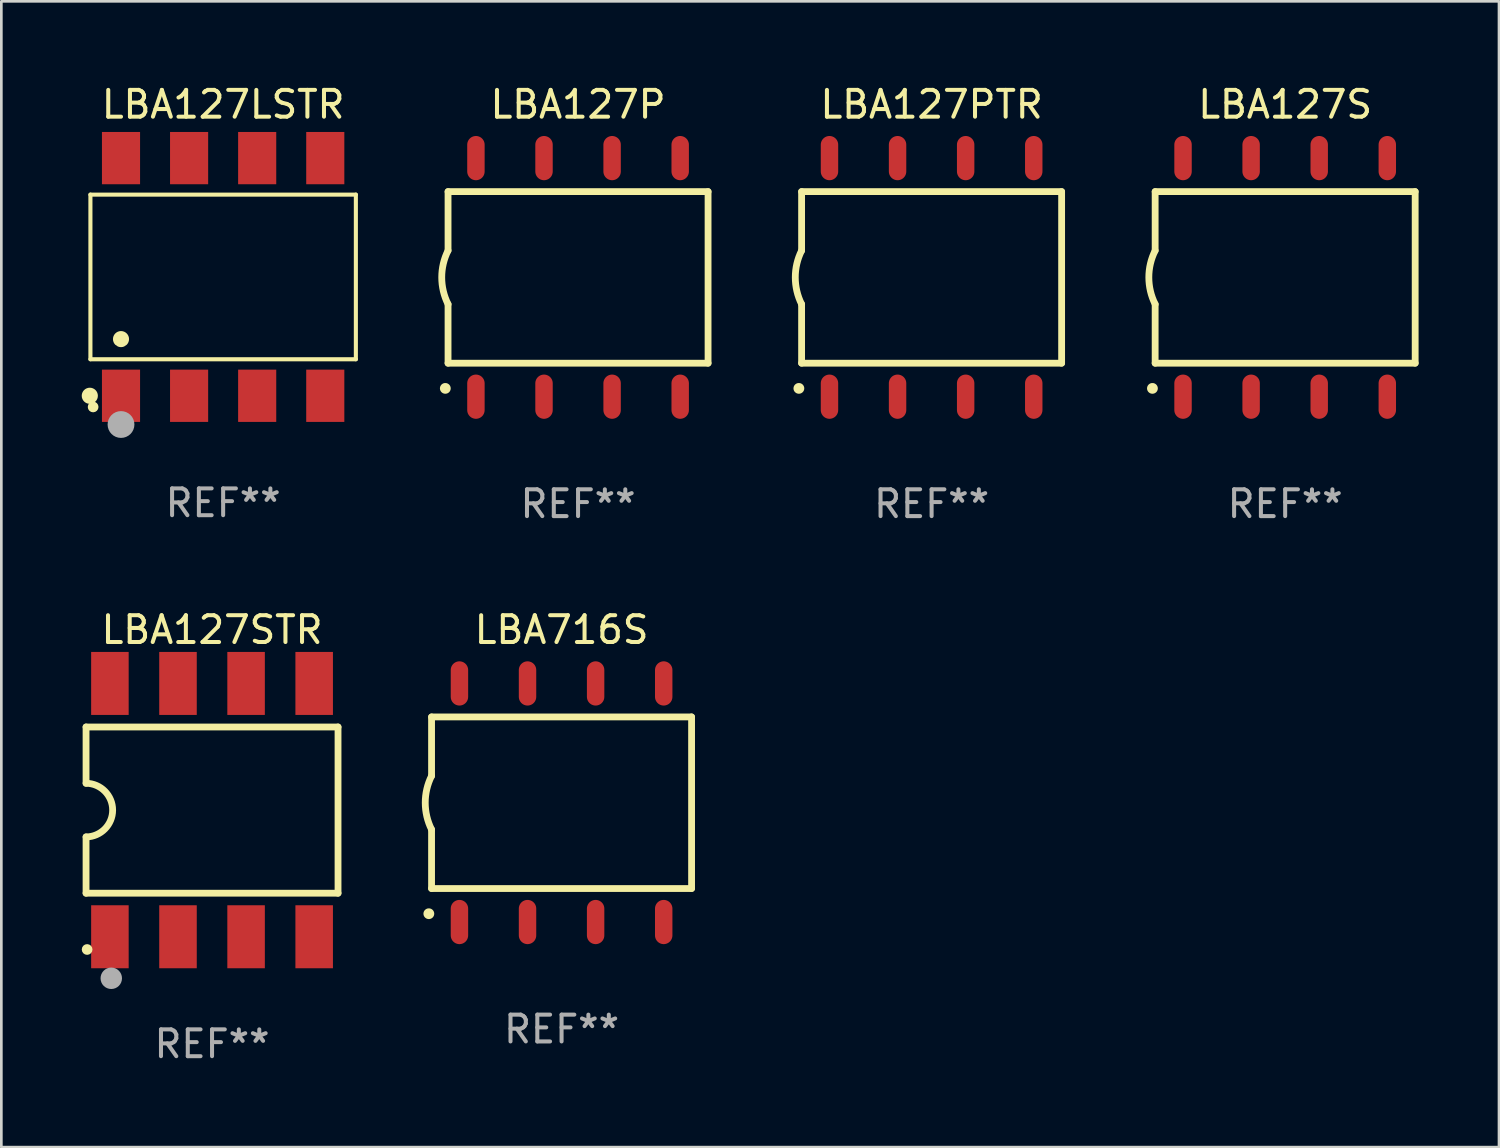
<source format=kicad_pcb>
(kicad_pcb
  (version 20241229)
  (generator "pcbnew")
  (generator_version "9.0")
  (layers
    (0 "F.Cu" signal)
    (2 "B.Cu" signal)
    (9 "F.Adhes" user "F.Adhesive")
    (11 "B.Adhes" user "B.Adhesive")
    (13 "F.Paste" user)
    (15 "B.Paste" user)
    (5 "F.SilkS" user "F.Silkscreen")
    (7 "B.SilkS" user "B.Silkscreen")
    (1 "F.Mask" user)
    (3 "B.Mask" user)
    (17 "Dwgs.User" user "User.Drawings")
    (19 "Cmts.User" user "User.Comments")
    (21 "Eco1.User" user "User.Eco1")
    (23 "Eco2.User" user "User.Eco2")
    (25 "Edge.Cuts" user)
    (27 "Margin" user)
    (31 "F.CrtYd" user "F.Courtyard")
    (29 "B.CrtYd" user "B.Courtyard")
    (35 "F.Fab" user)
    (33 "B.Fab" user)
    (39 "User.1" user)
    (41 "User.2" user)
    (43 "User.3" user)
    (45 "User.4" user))
  (footprint "LBA716S"
    (layer "F.Cu")
    (at 17.899 26.895)
    (property "Reference" "LBA716S" (at 0 -6.45 0) (layer "F.SilkS") (effects (font (size 1 1) (thickness 0.15))))
    (attr through_hole)
    (fp_line (start -4.85 -3.2) (end -4.85 -1) (stroke (width 0.254) (type solid)) (layer "F.SilkS"))
    (fp_line (start -4.85 -3.2) (end 4.85 -3.2) (stroke (width 0.254) (type solid)) (layer "F.SilkS"))
    (fp_line (start -4.85 3.2) (end -4.85 1) (stroke (width 0.254) (type solid)) (layer "F.SilkS"))
    (fp_line (start 4.85 -3.2) (end 4.85 3.2) (stroke (width 0.254) (type solid)) (layer "F.SilkS"))
    (fp_line (start 4.85 3.2) (end -4.85 3.2) (stroke (width 0.254) (type solid)) (layer "F.SilkS"))
    (fp_arc (start -4.95301 4.140208) (mid -4.95174 4.140204) (end -4.95047 4.140208) (stroke (width 0.4) (type solid)) (layer "F.SilkS"))
    (fp_arc (start -4.84887 1.000762) (mid -5.085418 0.000516) (end -4.850013 -1) (stroke (width 0.254001) (type solid)) (layer "F.SilkS"))
    (fp_text user "REF**" (at 0 8.45 0) (layer "F.Fab") (effects (font (size 1 1) (thickness 0.15))))
    (pad "1" smd oval (at -3.81 4.45) (size 0.65 1.65) (layers "F.Cu" "F.Mask" "F.Paste"))
    (pad "2" smd oval (at -1.27 4.45) (size 0.65 1.65) (layers "F.Cu" "F.Mask" "F.Paste"))
    (pad "3" smd oval (at 1.27 4.45) (size 0.65 1.65) (layers "F.Cu" "F.Mask" "F.Paste"))
    (pad "4" smd oval (at 3.81 4.45) (size 0.65 1.65) (layers "F.Cu" "F.Mask" "F.Paste"))
    (pad "5" smd oval (at 3.81 -4.45 180) (size 0.65 1.65) (layers "F.Cu" "F.Mask" "F.Paste"))
    (pad "6" smd oval (at 1.27 -4.45 180) (size 0.65 1.65) (layers "F.Cu" "F.Mask" "F.Paste"))
    (pad "7" smd oval (at -1.27 -4.45 180) (size 0.65 1.65) (layers "F.Cu" "F.Mask" "F.Paste"))
    (pad "8" smd oval (at -3.81 -4.45 180) (size 0.65 1.65) (layers "F.Cu" "F.Mask" "F.Paste")))
  (footprint "LBA127PTR"
    (layer "F.Cu")
    (at 31.703 7.298)
    (property "Reference" "LBA127PTR" (at 0 -6.45 0) (layer "F.SilkS") (effects (font (size 1 1) (thickness 0.15))))
    (attr through_hole)
    (fp_line (start -4.85 -3.2) (end -4.85 -1) (stroke (width 0.254) (type solid)) (layer "F.SilkS"))
    (fp_line (start -4.85 -3.2) (end 4.85 -3.2) (stroke (width 0.254) (type solid)) (layer "F.SilkS"))
    (fp_line (start -4.85 3.2) (end -4.85 1) (stroke (width 0.254) (type solid)) (layer "F.SilkS"))
    (fp_line (start 4.85 -3.2) (end 4.85 3.2) (stroke (width 0.254) (type solid)) (layer "F.SilkS"))
    (fp_line (start 4.85 3.2) (end -4.85 3.2) (stroke (width 0.254) (type solid)) (layer "F.SilkS"))
    (fp_arc (start -4.95301 4.140208) (mid -4.95174 4.140204) (end -4.95047 4.140208) (stroke (width 0.4) (type solid)) (layer "F.SilkS"))
    (fp_arc (start -4.84887 1.000762) (mid -5.085418 0.000516) (end -4.850013 -1) (stroke (width 0.254001) (type solid)) (layer "F.SilkS"))
    (fp_text user "REF**" (at 0 8.45 0) (layer "F.Fab") (effects (font (size 1 1) (thickness 0.15))))
    (pad "1" smd oval (at -3.81 4.45) (size 0.65 1.65) (layers "F.Cu" "F.Mask" "F.Paste"))
    (pad "2" smd oval (at -1.27 4.45) (size 0.65 1.65) (layers "F.Cu" "F.Mask" "F.Paste"))
    (pad "3" smd oval (at 1.27 4.45) (size 0.65 1.65) (layers "F.Cu" "F.Mask" "F.Paste"))
    (pad "4" smd oval (at 3.81 4.45) (size 0.65 1.65) (layers "F.Cu" "F.Mask" "F.Paste"))
    (pad "5" smd oval (at 3.81 -4.45 180) (size 0.65 1.65) (layers "F.Cu" "F.Mask" "F.Paste"))
    (pad "6" smd oval (at 1.27 -4.45 180) (size 0.65 1.65) (layers "F.Cu" "F.Mask" "F.Paste"))
    (pad "7" smd oval (at -1.27 -4.45 180) (size 0.65 1.65) (layers "F.Cu" "F.Mask" "F.Paste"))
    (pad "8" smd oval (at -3.81 -4.45 180) (size 0.65 1.65) (layers "F.Cu" "F.Mask" "F.Paste")))
  (footprint "LBA127S"
    (layer "F.Cu")
    (at 44.892 7.298)
    (property "Reference" "LBA127S" (at 0 -6.45 0) (layer "F.SilkS") (effects (font (size 1 1) (thickness 0.15))))
    (attr through_hole)
    (fp_line (start -4.85 -3.2) (end -4.85 -1) (stroke (width 0.254) (type solid)) (layer "F.SilkS"))
    (fp_line (start -4.85 -3.2) (end 4.85 -3.2) (stroke (width 0.254) (type solid)) (layer "F.SilkS"))
    (fp_line (start -4.85 3.2) (end -4.85 1) (stroke (width 0.254) (type solid)) (layer "F.SilkS"))
    (fp_line (start 4.85 -3.2) (end 4.85 3.2) (stroke (width 0.254) (type solid)) (layer "F.SilkS"))
    (fp_line (start 4.85 3.2) (end -4.85 3.2) (stroke (width 0.254) (type solid)) (layer "F.SilkS"))
    (fp_arc (start -4.95301 4.140208) (mid -4.95174 4.140204) (end -4.95047 4.140208) (stroke (width 0.4) (type solid)) (layer "F.SilkS"))
    (fp_arc (start -4.84887 1.000762) (mid -5.085418 0.000516) (end -4.850013 -1) (stroke (width 0.254001) (type solid)) (layer "F.SilkS"))
    (fp_text user "REF**" (at 0 8.45 0) (layer "F.Fab") (effects (font (size 1 1) (thickness 0.15))))
    (pad "1" smd oval (at -3.81 4.45) (size 0.65 1.65) (layers "F.Cu" "F.Mask" "F.Paste"))
    (pad "2" smd oval (at -1.27 4.45) (size 0.65 1.65) (layers "F.Cu" "F.Mask" "F.Paste"))
    (pad "3" smd oval (at 1.27 4.45) (size 0.65 1.65) (layers "F.Cu" "F.Mask" "F.Paste"))
    (pad "4" smd oval (at 3.81 4.45) (size 0.65 1.65) (layers "F.Cu" "F.Mask" "F.Paste"))
    (pad "5" smd oval (at 3.81 -4.45 180) (size 0.65 1.65) (layers "F.Cu" "F.Mask" "F.Paste"))
    (pad "6" smd oval (at 1.27 -4.45 180) (size 0.65 1.65) (layers "F.Cu" "F.Mask" "F.Paste"))
    (pad "7" smd oval (at -1.27 -4.45 180) (size 0.65 1.65) (layers "F.Cu" "F.Mask" "F.Paste"))
    (pad "8" smd oval (at -3.81 -4.45 180) (size 0.65 1.65) (layers "F.Cu" "F.Mask" "F.Paste")))
  (footprint "LBA127LSTR"
    (layer "F.Cu")
    (at 5.274 7.281)
    (property "Reference" "LBA127LSTR" (at 0 -6.433 0) (layer "F.SilkS") (effects (font (size 1 1) (thickness 0.15))))
    (attr through_hole)
    (fp_line (start -4.951 -3.071) (end 4.951 -3.071) (stroke (width 0.152) (type solid)) (layer "F.SilkS"))
    (fp_line (start -4.951 3.071) (end -4.951 -3.071) (stroke (width 0.152) (type solid)) (layer "F.SilkS"))
    (fp_line (start 4.951 -3.071) (end 4.951 3.071) (stroke (width 0.152) (type solid)) (layer "F.SilkS"))
    (fp_line (start 4.951 3.071) (end -4.951 3.071) (stroke (width 0.152) (type solid)) (layer "F.SilkS"))
    (fp_circle (center -4.974 4.433) (end -4.823 4.433) (stroke (width 0.3) (type solid)) (fill no) (layer "F.SilkS"))
    (fp_circle (center -4.85 4.85) (end -4.75 4.85) (stroke (width 0.2) (type solid)) (fill no) (layer "F.SilkS"))
    (fp_circle (center -3.81 2.319) (end -3.66 2.319) (stroke (width 0.3) (type solid)) (fill no) (layer "F.SilkS"))
    (fp_circle (center -3.81 5.505) (end -3.56 5.505) (stroke (width 0.5) (type solid)) (fill no) (layer "F.Fab"))
    (fp_text user "REF**" (at 0 8.433 0) (layer "F.Fab") (effects (font (size 1 1) (thickness 0.15))))
    (pad "1" smd rect (at -3.81 4.433) (size 1.422 1.95) (layers "F.Cu" "F.Mask" "F.Paste"))
    (pad "2" smd rect (at -1.27 4.433) (size 1.422 1.95) (layers "F.Cu" "F.Mask" "F.Paste"))
    (pad "3" smd rect (at 1.27 4.433) (size 1.422 1.95) (layers "F.Cu" "F.Mask" "F.Paste"))
    (pad "4" smd rect (at 3.81 4.433) (size 1.422 1.95) (layers "F.Cu" "F.Mask" "F.Paste"))
    (pad "5" smd rect (at 3.81 -4.433) (size 1.422 1.95) (layers "F.Cu" "F.Mask" "F.Paste"))
    (pad "6" smd rect (at 1.27 -4.433) (size 1.422 1.95) (layers "F.Cu" "F.Mask" "F.Paste"))
    (pad "7" smd rect (at -1.27 -4.433) (size 1.422 1.95) (layers "F.Cu" "F.Mask" "F.Paste"))
    (pad "8" smd rect (at -3.81 -4.433) (size 1.422 1.95) (layers "F.Cu" "F.Mask" "F.Paste")))
  (footprint "LBA127STR"
    (layer "F.Cu")
    (at 4.86 27.17)
    (property "Reference" "LBA127STR" (at 0 -6.725 0) (layer "F.SilkS") (effects (font (size 1 1) (thickness 0.15))))
    (attr through_hole)
    (fp_line (start -4.7 -3.1) (end 4.7 -3.1) (stroke (width 0.254) (type solid)) (layer "F.SilkS"))
    (fp_line (start -4.7 -1) (end -4.7 -3.1) (stroke (width 0.254) (type solid)) (layer "F.SilkS"))
    (fp_line (start -4.7 3.1) (end -4.7 1) (stroke (width 0.254) (type solid)) (layer "F.SilkS"))
    (fp_line (start 4.7 -3.1) (end 4.7 3.1) (stroke (width 0.254) (type solid)) (layer "F.SilkS"))
    (fp_line (start 4.7 3.1) (end -4.7 3.1) (stroke (width 0.254) (type solid)) (layer "F.SilkS"))
    (fp_arc (start -4.69901 -1.000711) (mid -3.699007 0.000051) (end -4.699009 1.000813) (stroke (width 0.254001) (type solid)) (layer "F.SilkS"))
    (fp_circle (center -4.66 5.2) (end -4.56 5.2) (stroke (width 0.2) (type solid)) (fill no) (layer "F.SilkS"))
    (fp_circle (center -3.759 6.274) (end -3.559 6.274) (stroke (width 0.4) (type solid)) (fill no) (layer "F.Fab"))
    (fp_text user "REF**" (at 0 8.725 0) (layer "F.Fab") (effects (font (size 1 1) (thickness 0.15))))
    (pad "1" smd rect (at -3.81 4.725 90) (size 2.35 1.4) (layers "F.Cu" "F.Mask" "F.Paste"))
    (pad "2" smd rect (at -1.27 4.725 90) (size 2.35 1.4) (layers "F.Cu" "F.Mask" "F.Paste"))
    (pad "3" smd rect (at 1.27 4.725 90) (size 2.35 1.4) (layers "F.Cu" "F.Mask" "F.Paste"))
    (pad "4" smd rect (at 3.81 4.725 90) (size 2.35 1.4) (layers "F.Cu" "F.Mask" "F.Paste"))
    (pad "5" smd rect (at 3.81 -4.725 90) (size 2.35 1.4) (layers "F.Cu" "F.Mask" "F.Paste"))
    (pad "6" smd rect (at 1.27 -4.725 90) (size 2.35 1.4) (layers "F.Cu" "F.Mask" "F.Paste"))
    (pad "7" smd rect (at -1.27 -4.725 90) (size 2.35 1.4) (layers "F.Cu" "F.Mask" "F.Paste"))
    (pad "8" smd rect (at -3.81 -4.725 90) (size 2.35 1.4) (layers "F.Cu" "F.Mask" "F.Paste")))
  (footprint "LBA127P"
    (layer "F.Cu")
    (at 18.514 7.298)
    (property "Reference" "LBA127P" (at 0 -6.45 0) (layer "F.SilkS") (effects (font (size 1 1) (thickness 0.15))))
    (attr through_hole)
    (fp_line (start -4.85 -3.2) (end -4.85 -1) (stroke (width 0.254) (type solid)) (layer "F.SilkS"))
    (fp_line (start -4.85 -3.2) (end 4.85 -3.2) (stroke (width 0.254) (type solid)) (layer "F.SilkS"))
    (fp_line (start -4.85 3.2) (end -4.85 1) (stroke (width 0.254) (type solid)) (layer "F.SilkS"))
    (fp_line (start 4.85 -3.2) (end 4.85 3.2) (stroke (width 0.254) (type solid)) (layer "F.SilkS"))
    (fp_line (start 4.85 3.2) (end -4.85 3.2) (stroke (width 0.254) (type solid)) (layer "F.SilkS"))
    (fp_arc (start -4.95301 4.140208) (mid -4.95174 4.140204) (end -4.95047 4.140208) (stroke (width 0.4) (type solid)) (layer "F.SilkS"))
    (fp_arc (start -4.84887 1.000762) (mid -5.085418 0.000516) (end -4.850013 -1) (stroke (width 0.254001) (type solid)) (layer "F.SilkS"))
    (fp_text user "REF**" (at 0 8.45 0) (layer "F.Fab") (effects (font (size 1 1) (thickness 0.15))))
    (pad "1" smd oval (at -3.81 4.45) (size 0.65 1.65) (layers "F.Cu" "F.Mask" "F.Paste"))
    (pad "2" smd oval (at -1.27 4.45) (size 0.65 1.65) (layers "F.Cu" "F.Mask" "F.Paste"))
    (pad "3" smd oval (at 1.27 4.45) (size 0.65 1.65) (layers "F.Cu" "F.Mask" "F.Paste"))
    (pad "4" smd oval (at 3.81 4.45) (size 0.65 1.65) (layers "F.Cu" "F.Mask" "F.Paste"))
    (pad "5" smd oval (at 3.81 -4.45 180) (size 0.65 1.65) (layers "F.Cu" "F.Mask" "F.Paste"))
    (pad "6" smd oval (at 1.27 -4.45 180) (size 0.65 1.65) (layers "F.Cu" "F.Mask" "F.Paste"))
    (pad "7" smd oval (at -1.27 -4.45 180) (size 0.65 1.65) (layers "F.Cu" "F.Mask" "F.Paste"))
    (pad "8" smd oval (at -3.81 -4.45 180) (size 0.65 1.65) (layers "F.Cu" "F.Mask" "F.Paste")))
  (gr_rect
    (start -3 -3)
    (end 52.869 39.743)
    (stroke (width 0.1) (type default))
    (fill no)
    (layer "Edge.Cuts")))
</source>
